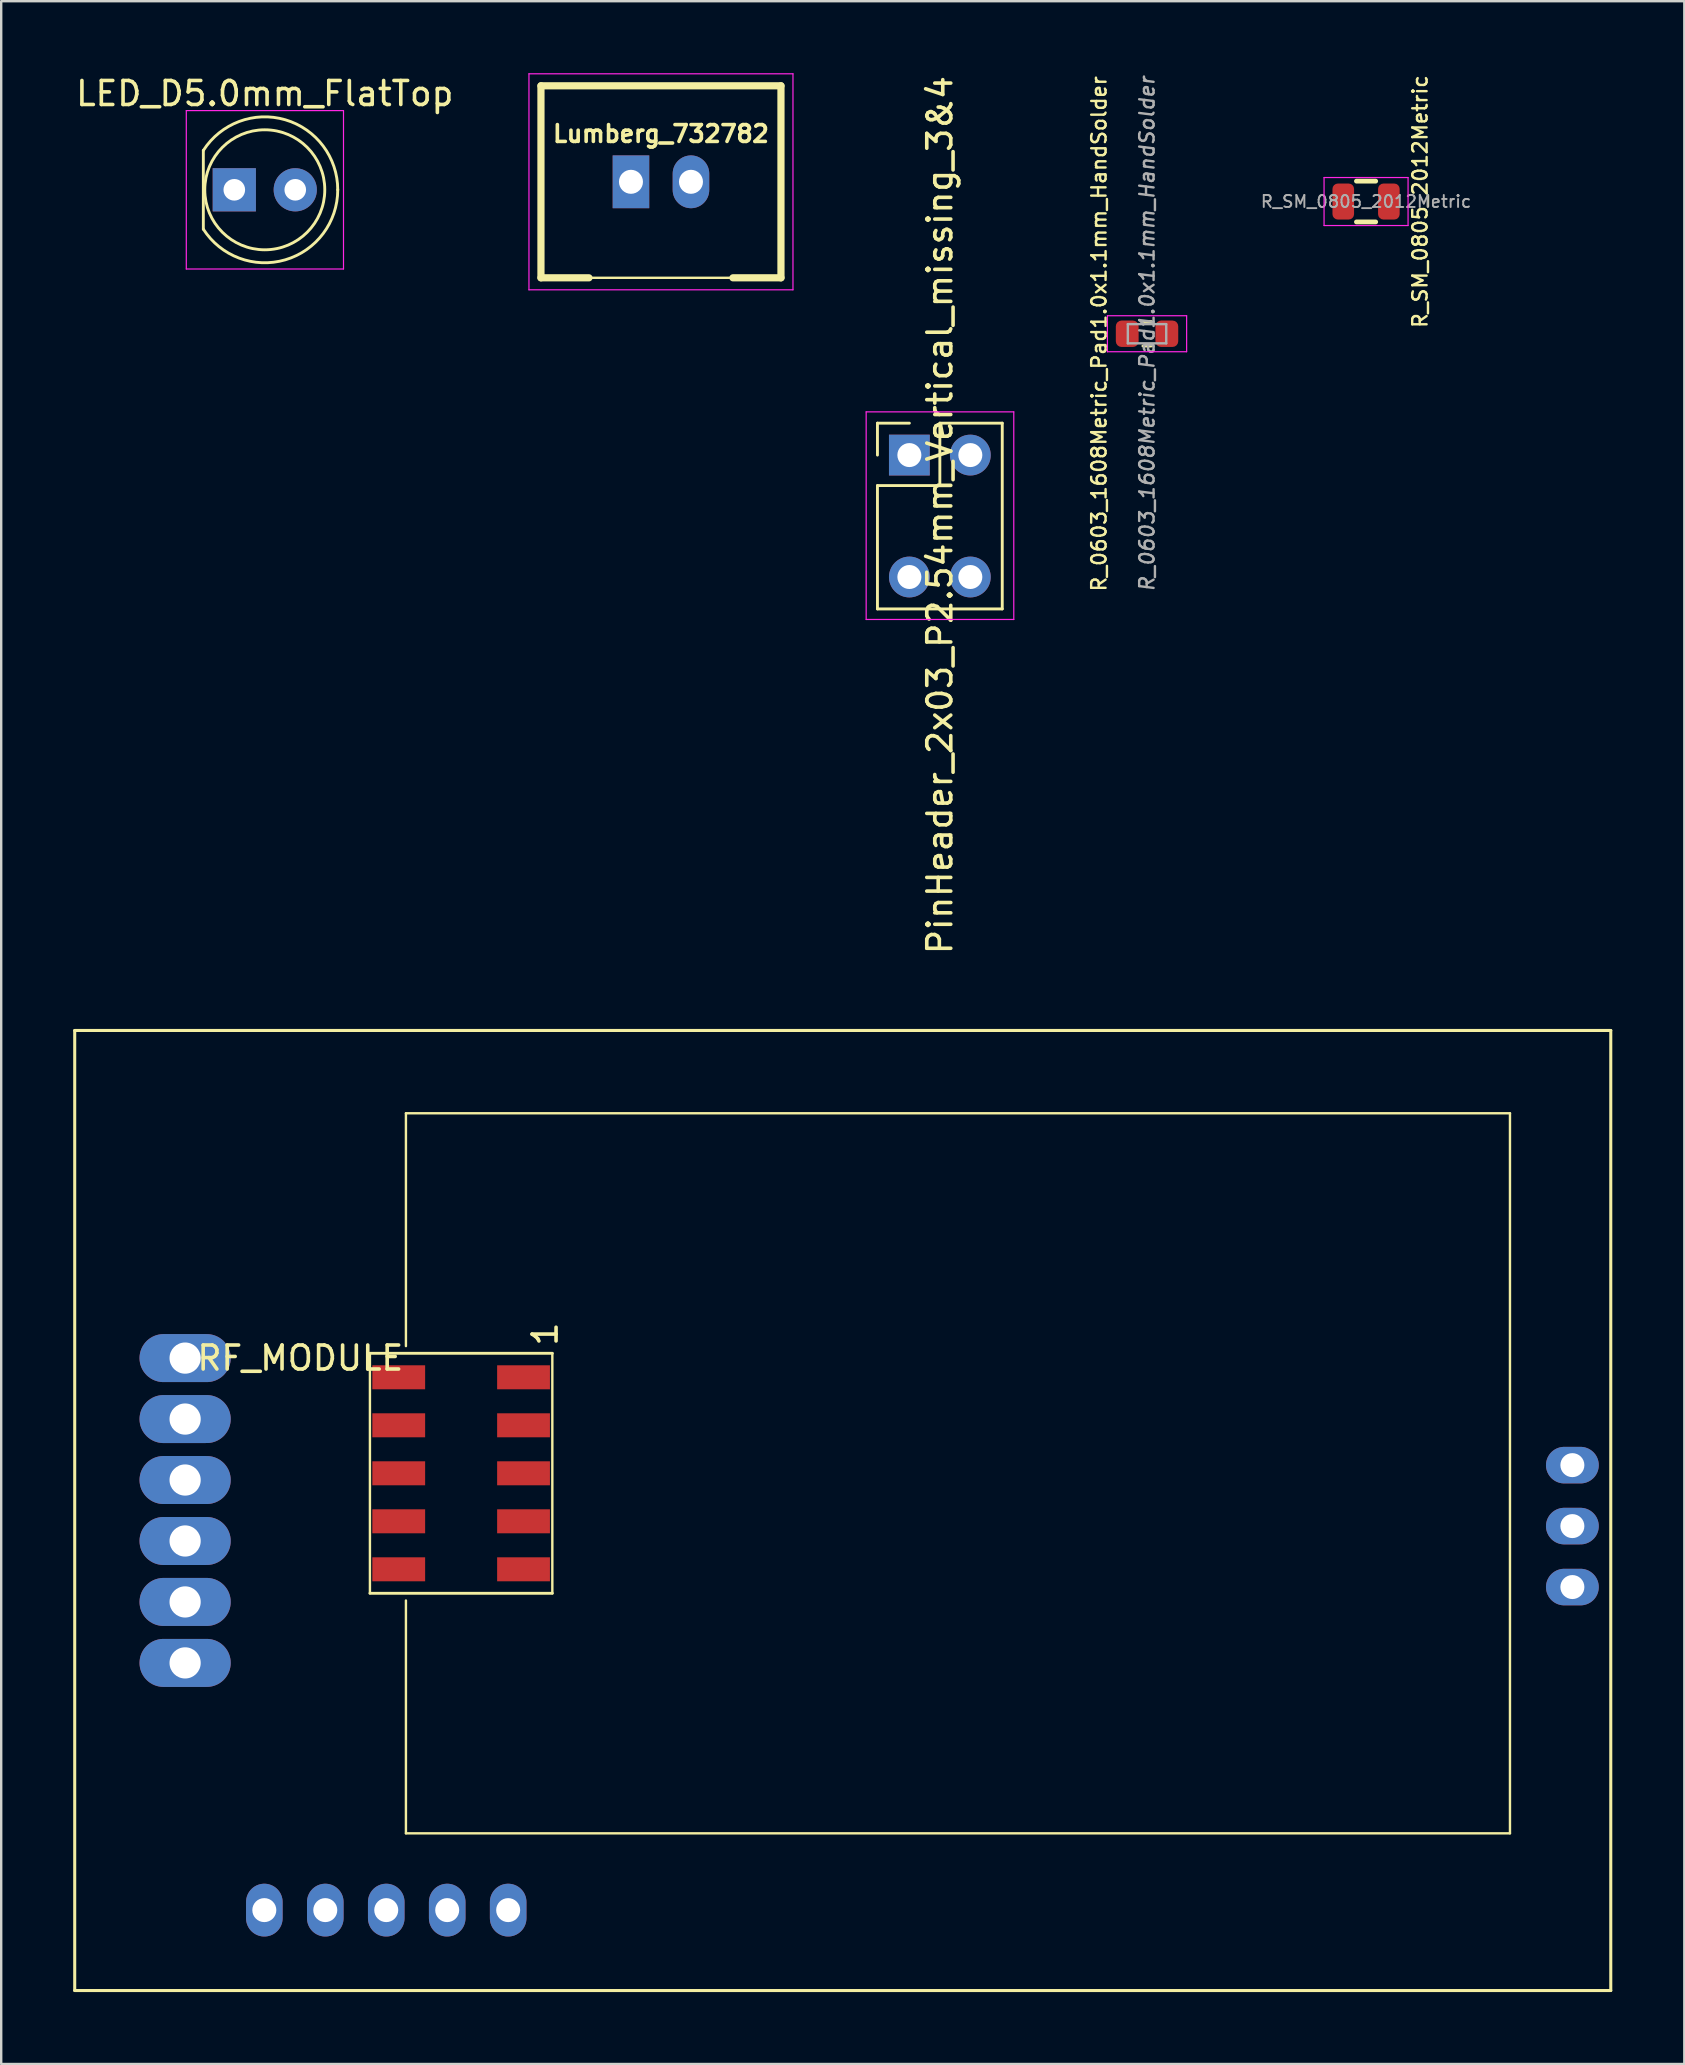
<source format=kicad_pcb>
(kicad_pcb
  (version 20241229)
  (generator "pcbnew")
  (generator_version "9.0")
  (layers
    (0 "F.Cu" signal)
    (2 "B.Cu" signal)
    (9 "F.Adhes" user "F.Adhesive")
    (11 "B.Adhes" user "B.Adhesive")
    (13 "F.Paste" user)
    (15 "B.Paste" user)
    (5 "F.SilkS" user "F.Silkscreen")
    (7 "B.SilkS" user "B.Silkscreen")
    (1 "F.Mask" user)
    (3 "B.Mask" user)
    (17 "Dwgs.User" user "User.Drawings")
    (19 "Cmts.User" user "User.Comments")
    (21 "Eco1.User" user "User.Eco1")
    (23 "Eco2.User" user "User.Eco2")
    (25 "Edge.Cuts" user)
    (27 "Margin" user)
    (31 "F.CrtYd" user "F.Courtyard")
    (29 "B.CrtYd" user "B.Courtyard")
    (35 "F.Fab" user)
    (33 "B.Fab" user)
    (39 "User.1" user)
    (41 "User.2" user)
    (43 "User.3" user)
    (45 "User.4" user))
  (footprint "R_SM_0805_2012Metric"
    (layer "F.Cu")
    (at 53.867 5.347)
    (property "Reference" "R_SM_0805_2012Metric" (at 2.25 0 270) (layer "F.SilkS") (effects (font (size 0.6 0.6) (thickness 0.1))))
    (attr smd)
    (fp_line (start -0.4 -0.85) (end 0.4 -0.85) (stroke (width 0.2) (type solid)) (layer "F.SilkS"))
    (fp_line (start -0.4 0.85) (end 0.4 0.85) (stroke (width 0.2) (type solid)) (layer "F.SilkS"))
    (fp_line (start -1.75 -1) (end 1.75 -1) (stroke (width 0.05) (type solid)) (layer "F.CrtYd"))
    (fp_line (start -1.75 1) (end -1.75 -1) (stroke (width 0.05) (type solid)) (layer "F.CrtYd"))
    (fp_line (start 1.75 -1) (end 1.75 1) (stroke (width 0.05) (type solid)) (layer "F.CrtYd"))
    (fp_line (start 1.75 1) (end -1.75 1) (stroke (width 0.05) (type solid)) (layer "F.CrtYd"))
    (fp_text user "${REFERENCE}" (at 0 0 180) (layer "F.Fab") (effects (font (size 0.5 0.5) (thickness 0.08))))
    (pad "1" smd roundrect (at -0.95 0) (size 0.9 1.5) (layers "F.Cu" "F.Mask" "F.Paste") (roundrect_rratio 0.25))
    (pad "2" smd roundrect (at 0.95 0) (size 0.9 1.5) (layers "F.Cu" "F.Mask" "F.Paste") (roundrect_rratio 0.25)))
  (footprint "R_0603_1608Metric_Pad1.0x1.1mm_HandSolder"
    (layer "F.Cu")
    (at 44.741 10.856)
    (property "Reference" "R_0603_1608Metric_Pad1.0x1.1mm_HandSolder" (at -2 0 270) (layer "F.SilkS") (effects (font (size 0.6 0.6) (thickness 0.1))))
    (attr smd)
    (fp_line (start -0.171 -0.51) (end 0.171 -0.51) (stroke (width 0.12) (type solid)) (layer "F.SilkS"))
    (fp_line (start -0.171 0.51) (end 0.171 0.51) (stroke (width 0.12) (type solid)) (layer "F.SilkS"))
    (fp_line (start -1.65 -0.75) (end -1.65 0.75) (stroke (width 0.05) (type solid)) (layer "F.CrtYd"))
    (fp_line (start -1.65 -0.75) (end 1.65 -0.75) (stroke (width 0.05) (type solid)) (layer "F.CrtYd"))
    (fp_line (start 1.65 -0.75) (end 1.65 0.75) (stroke (width 0.05) (type solid)) (layer "F.CrtYd"))
    (fp_line (start 1.65 0.75) (end -1.65 0.75) (stroke (width 0.05) (type solid)) (layer "F.CrtYd"))
    (fp_line (start -0.8 -0.4) (end 0.8 -0.4) (stroke (width 0.1) (type solid)) (layer "F.Fab"))
    (fp_line (start -0.8 0.4) (end -0.8 -0.4) (stroke (width 0.1) (type solid)) (layer "F.Fab"))
    (fp_line (start 0.8 -0.4) (end 0.8 0.4) (stroke (width 0.1) (type solid)) (layer "F.Fab"))
    (fp_line (start 0.8 0.4) (end -0.8 0.4) (stroke (width 0.1) (type solid)) (layer "F.Fab"))
    (fp_text user "${REFERENCE}" (at 0 0 270) (layer "F.Fab") (effects (font (size 0.6 0.6) (thickness 0.1) (italic yes))))
    (pad "1" smd roundrect (at -0.825 0) (size 0.95 1.1) (layers "F.Cu" "F.Mask" "F.Paste") (roundrect_rratio 0.25))
    (pad "2" smd roundrect (at 0.825 0) (size 0.95 1.1) (layers "F.Cu" "F.Mask" "F.Paste") (roundrect_rratio 0.25)))
  (footprint "RF_MODULE"
    (layer "F.Cu")
    (at 4.663 53.535)
    (property "Reference" "RF_MODULE" (at 4.8 0 0) (layer "F.SilkS") (effects (font (size 1 1) (thickness 0.15))))
    (attr through_hole)
    (fp_line (start -4.6 -13.65) (end -4.6 26.35) (stroke (width 0.127) (type solid)) (layer "F.SilkS"))
    (fp_line (start -4.6 26.35) (end 59.4 26.35) (stroke (width 0.127) (type solid)) (layer "F.SilkS"))
    (fp_line (start 7.7 -0.2) (end 7.7 9.8) (stroke (width 0.1) (type solid)) (layer "F.SilkS"))
    (fp_line (start 7.7 -0.2) (end 15.3 -0.2) (stroke (width 0.12) (type solid)) (layer "F.SilkS"))
    (fp_line (start 7.7 9.8) (end 15.3 9.8) (stroke (width 0.12) (type solid)) (layer "F.SilkS"))
    (fp_line (start 9.2 -10.2) (end 9.2 -0.5) (stroke (width 0.1) (type solid)) (layer "F.SilkS"))
    (fp_line (start 9.2 -10.2) (end 55.2 -10.2) (stroke (width 0.1) (type solid)) (layer "F.SilkS"))
    (fp_line (start 9.2 19.8) (end 9.2 10.1) (stroke (width 0.1) (type solid)) (layer "F.SilkS"))
    (fp_line (start 9.2 19.8) (end 55.2 19.8) (stroke (width 0.1) (type solid)) (layer "F.SilkS"))
    (fp_line (start 15.3 -0.2) (end 15.3 9.8) (stroke (width 0.1) (type solid)) (layer "F.SilkS"))
    (fp_line (start 55.2 -10.2) (end 55.2 19.8) (stroke (width 0.1) (type solid)) (layer "F.SilkS"))
    (fp_line (start 59.4 -13.65) (end -4.6 -13.65) (stroke (width 0.127) (type solid)) (layer "F.SilkS"))
    (fp_line (start 59.4 26.35) (end 59.4 -13.65) (stroke (width 0.127) (type solid)) (layer "F.SilkS"))
    (fp_circle (center 0 0) (end 0.05 0) (stroke (width 0.1) (type solid)) (fill no) (layer "Dwgs.User"))
    (fp_circle (center 3.3 23) (end 3.35 23) (stroke (width 0.1) (type solid)) (fill no) (layer "Dwgs.User"))
    (fp_circle (center 57.8 7) (end 57.85 7) (stroke (width 0.1) (type solid)) (fill no) (layer "Dwgs.User"))
    (fp_text user "1" (at 15 -1 270) (layer "F.SilkS") (effects (font (size 1 1) (thickness 0.15))))
    (pad "D1" smd rect (at 14.1 0.8 270) (size 1 2.2) (layers "F.Cu" "F.Mask"))
    (pad "D2" smd rect (at 8.9 0.8 270) (size 1 2.2) (layers "F.Cu" "F.Mask"))
    (pad "D3" smd rect (at 14.1 2.8 270) (size 1 2.2) (layers "F.Cu" "F.Mask"))
    (pad "D4" smd rect (at 8.9 2.8 270) (size 1 2.2) (layers "F.Cu" "F.Mask"))
    (pad "D5" smd rect (at 14.1 4.8 270) (size 1 2.2) (layers "F.Cu" "F.Mask"))
    (pad "D6" smd rect (at 8.9 4.8 270) (size 1 2.2) (layers "F.Cu" "F.Mask"))
    (pad "D7" smd rect (at 14.1 6.8 270) (size 1 2.2) (layers "F.Cu" "F.Mask"))
    (pad "D8" smd rect (at 8.9 6.8 270) (size 1 2.2) (layers "F.Cu" "F.Mask"))
    (pad "D9" smd rect (at 14.1 8.8 270) (size 1 2.2) (layers "F.Cu" "F.Mask"))
    (pad "D10" smd rect (at 8.9 8.8 270) (size 1 2.2) (layers "F.Cu" "F.Mask"))
    (pad "J1" thru_hole oval (at 3.3 23) (size 1.524 2.2) (drill 1) (layers "*.Cu" "*.Mask"))
    (pad "J2" thru_hole oval (at 5.84 23) (size 1.524 2.2) (drill 1) (layers "*.Cu" "*.Mask"))
    (pad "J3" thru_hole oval (at 8.38 23) (size 1.524 2.2) (drill 1) (layers "*.Cu" "*.Mask"))
    (pad "J4" thru_hole oval (at 10.92 23) (size 1.524 2.2) (drill 1) (layers "*.Cu" "*.Mask"))
    (pad "J5" thru_hole oval (at 13.46 23) (size 1.524 2.2) (drill 1) (layers "*.Cu" "*.Mask"))
    (pad "M1" thru_hole oval (at 0 0) (size 3.8 2) (drill 1.3) (layers "*.Cu" "*.Mask"))
    (pad "M2" thru_hole oval (at 0 2.54) (size 3.8 2) (drill 1.3) (layers "*.Cu" "*.Mask"))
    (pad "M3" thru_hole oval (at 0 5.08) (size 3.8 2) (drill 1.3) (layers "*.Cu" "*.Mask"))
    (pad "M4" thru_hole oval (at 0 7.62) (size 3.8 2) (drill 1.3) (layers "*.Cu" "*.Mask"))
    (pad "M5" thru_hole oval (at 0 10.16) (size 3.8 2) (drill 1.3) (layers "*.Cu" "*.Mask"))
    (pad "M6" thru_hole oval (at 0 12.7) (size 3.8 2) (drill 1.3) (layers "*.Cu" "*.Mask"))
    (pad "S1" thru_hole oval (at 57.8 4.46) (size 2.2 1.524) (drill 1) (layers "*.Cu" "*.Mask"))
    (pad "S2" thru_hole oval (at 57.8 7) (size 2.2 1.524) (drill 1) (layers "*.Cu" "*.Mask"))
    (pad "S3" thru_hole oval (at 57.8 9.54) (size 2.2 1.524) (drill 1) (layers "*.Cu" "*.Mask")))
  (footprint "Lumberg_732782"
    (layer "F.Cu")
    (at 24.489 4.525)
    (property "Reference" "Lumberg_732782" (at 0 -2 0) (layer "F.SilkS") (effects (font (size 0.7 0.7) (thickness 0.15))))
    (attr through_hole)
    (fp_line (start -5 -4) (end 5 -4) (stroke (width 0.3) (type solid)) (layer "F.SilkS"))
    (fp_line (start -5 4) (end -5 -4) (stroke (width 0.3) (type solid)) (layer "F.SilkS"))
    (fp_line (start -5 4) (end -3 4) (stroke (width 0.3) (type solid)) (layer "F.SilkS"))
    (fp_line (start -3 4) (end 3 4) (stroke (width 0.1) (type solid)) (layer "F.SilkS"))
    (fp_line (start 3 4) (end 5 4) (stroke (width 0.3) (type solid)) (layer "F.SilkS"))
    (fp_line (start 5 -4) (end 5 4) (stroke (width 0.3) (type solid)) (layer "F.SilkS"))
    (fp_line (start -5.5 -4.5) (end -5.5 4.5) (stroke (width 0.05) (type solid)) (layer "F.CrtYd"))
    (fp_line (start -5.5 -4.5) (end 5.5 -4.5) (stroke (width 0.05) (type solid)) (layer "F.CrtYd"))
    (fp_line (start -5.5 4.5) (end 5.5 4.5) (stroke (width 0.05) (type solid)) (layer "F.CrtYd"))
    (fp_line (start 5.5 -4.5) (end 5.5 4.5) (stroke (width 0.05) (type solid)) (layer "F.CrtYd"))
    (pad "1" thru_hole oval (at 1.25 0) (size 1.524 2.2) (drill 1) (layers "*.Cu" "*.Mask"))
    (pad "2" thru_hole rect (at -1.25 0) (size 1.524 2.2) (drill 1) (layers "*.Cu" "*.Mask")))
  (footprint "PinHeader_2x03_P2.54mm_Vertical_missing_3&4"
    (layer "F.Cu")
    (at 34.839 15.911)
    (property "Reference" "PinHeader_2x03_P2.54mm_Vertical_missing_3&4" (at 1.27 2.5 90) (layer "F.SilkS") (effects (font (size 1 1) (thickness 0.15))))
    (attr through_hole)
    (fp_line (start -1.33 -1.33) (end 0 -1.33) (stroke (width 0.12) (type solid)) (layer "F.SilkS"))
    (fp_line (start -1.33 0) (end -1.33 -1.33) (stroke (width 0.12) (type solid)) (layer "F.SilkS"))
    (fp_line (start -1.33 1.27) (end -1.33 6.41) (stroke (width 0.12) (type solid)) (layer "F.SilkS"))
    (fp_line (start -1.33 1.27) (end 1.27 1.27) (stroke (width 0.12) (type solid)) (layer "F.SilkS"))
    (fp_line (start -1.33 6.41) (end 3.87 6.41) (stroke (width 0.12) (type solid)) (layer "F.SilkS"))
    (fp_line (start 1.27 -1.33) (end 3.87 -1.33) (stroke (width 0.12) (type solid)) (layer "F.SilkS"))
    (fp_line (start 1.27 1.27) (end 1.27 -1.33) (stroke (width 0.12) (type solid)) (layer "F.SilkS"))
    (fp_line (start 3.87 -1.33) (end 3.87 6.41) (stroke (width 0.12) (type solid)) (layer "F.SilkS"))
    (fp_line (start -1.8 -1.8) (end -1.8 6.85) (stroke (width 0.05) (type solid)) (layer "F.CrtYd"))
    (fp_line (start -1.8 6.85) (end 4.35 6.85) (stroke (width 0.05) (type solid)) (layer "F.CrtYd"))
    (fp_line (start 4.35 -1.8) (end -1.8 -1.8) (stroke (width 0.05) (type solid)) (layer "F.CrtYd"))
    (fp_line (start 4.35 6.85) (end 4.35 -1.8) (stroke (width 0.05) (type solid)) (layer "F.CrtYd"))
    (pad "1" thru_hole rect (at 0 0) (size 1.7 1.7) (drill 1) (layers "*.Cu" "*.Mask"))
    (pad "2" thru_hole oval (at 2.54 0) (size 1.7 1.7) (drill 1) (layers "*.Cu" "*.Mask"))
    (pad "5" thru_hole oval (at 0 5.08) (size 1.7 1.7) (drill 1) (layers "*.Cu" "*.Mask"))
    (pad "6" thru_hole oval (at 2.54 5.08) (size 1.7 1.7) (drill 1) (layers "*.Cu" "*.Mask")))
  (footprint "LED_D5.0mm_FlatTop"
    (layer "F.Cu")
    (at 6.712 4.858)
    (property "Reference" "LED_D5.0mm_FlatTop" (at 1.27 -4.01 0) (layer "F.SilkS") (effects (font (size 1 1) (thickness 0.15))))
    (attr through_hole)
    (fp_line (start -1.29 -1.64) (end -1.29 1.64) (stroke (width 0.12) (type solid)) (layer "F.SilkS"))
    (fp_arc (start -1.29 -1.639512) (mid 2.125106 -2.917258) (end 4.309999 0.001958) (stroke (width 0.12) (type solid)) (layer "F.SilkS"))
    (fp_arc (start 4.309999 -0.001958) (mid 2.125106 2.917258) (end -1.29 1.639512) (stroke (width 0.12) (type solid)) (layer "F.SilkS"))
    (fp_circle (center 1.27 0) (end 3.77 0) (stroke (width 0.12) (type solid)) (fill no) (layer "F.SilkS"))
    (fp_line (start -2 -3.3) (end -2 3.3) (stroke (width 0.05) (type solid)) (layer "F.CrtYd"))
    (fp_line (start -2 3.3) (end 4.55 3.3) (stroke (width 0.05) (type solid)) (layer "F.CrtYd"))
    (fp_line (start 4.55 -3.3) (end -2 -3.3) (stroke (width 0.05) (type solid)) (layer "F.CrtYd"))
    (fp_line (start 4.55 3.3) (end 4.55 -3.3) (stroke (width 0.05) (type solid)) (layer "F.CrtYd"))
    (pad "1" thru_hole rect (at 0 0) (size 1.8 1.8) (drill 0.9) (layers "*.Cu" "*.Mask"))
    (pad "2" thru_hole circle (at 2.54 0) (size 1.8 1.8) (drill 0.9) (layers "*.Cu" "*.Mask")))
  (gr_rect
    (start -3 -3)
    (end 67.127 82.948)
    (stroke (width 0.1) (type default))
    (fill no)
    (layer "Edge.Cuts")))
</source>
